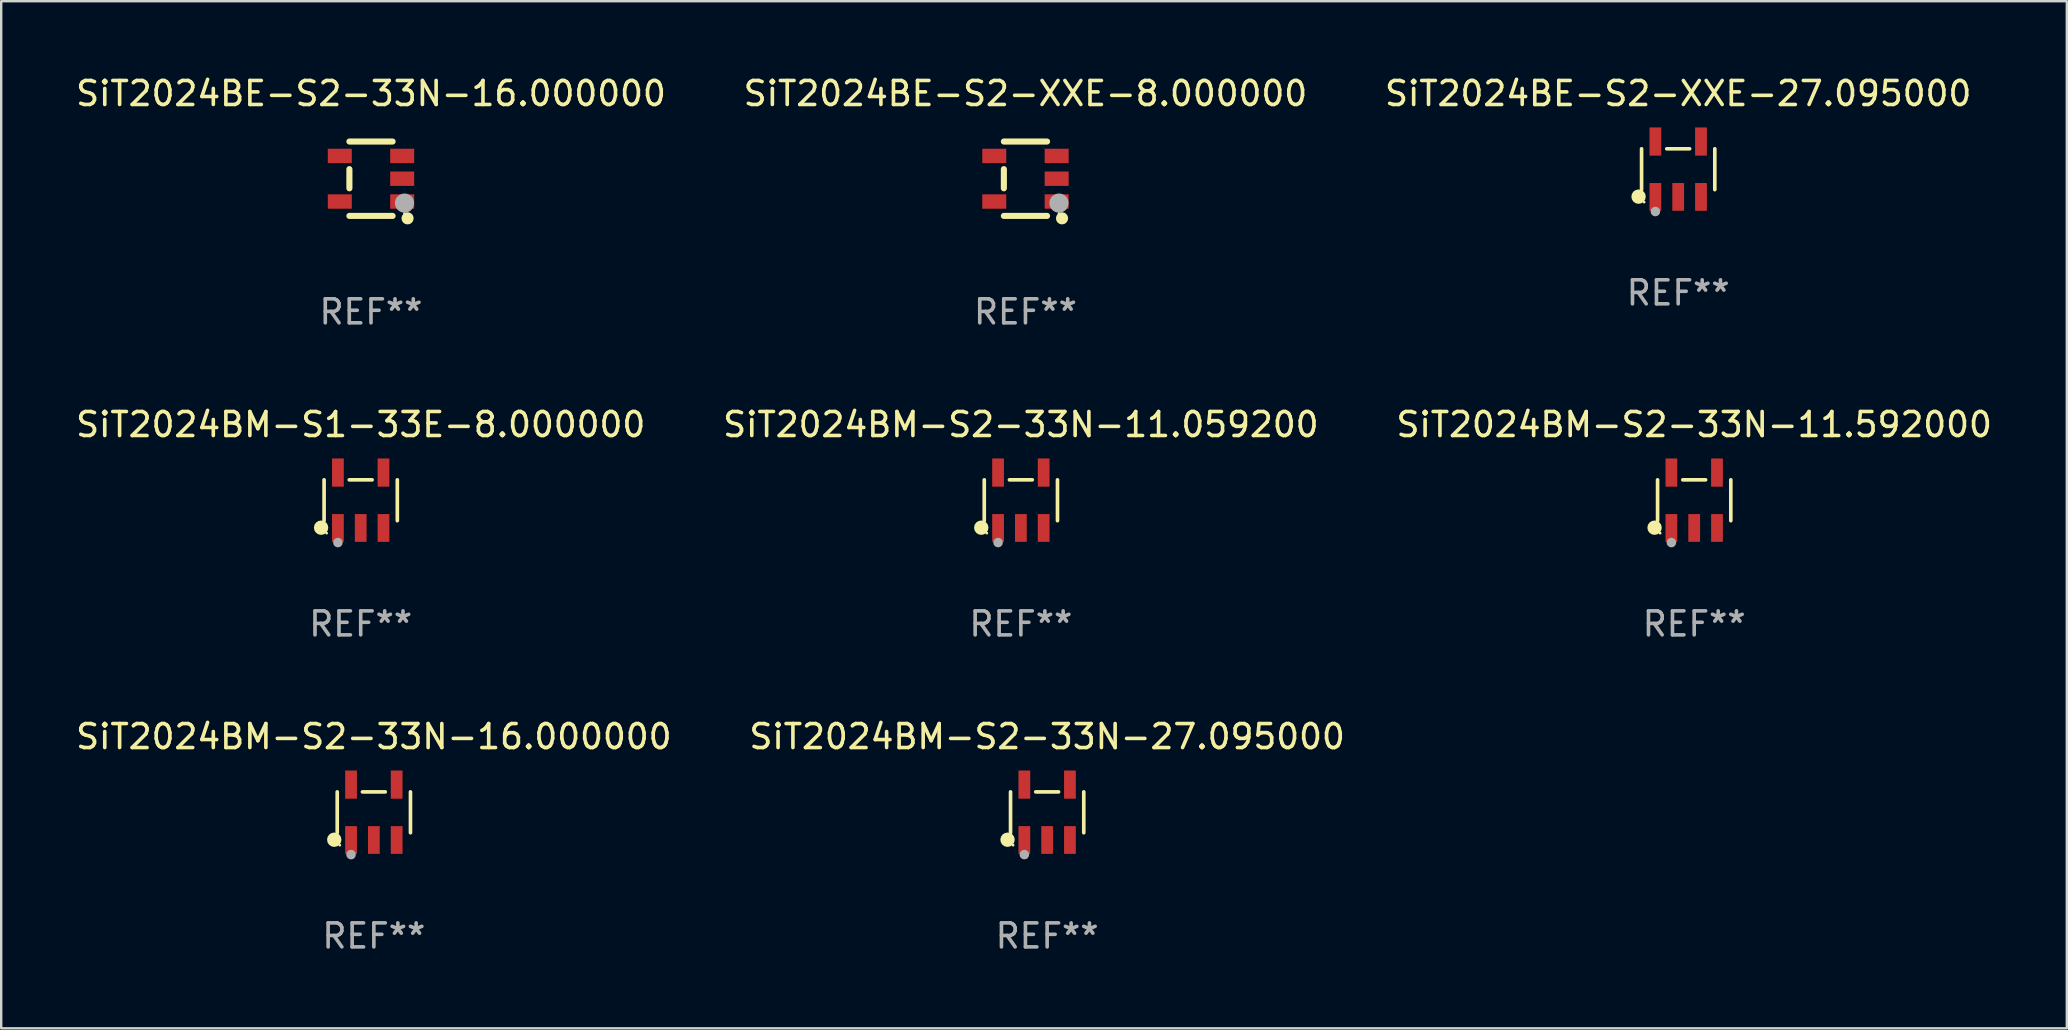
<source format=kicad_pcb>
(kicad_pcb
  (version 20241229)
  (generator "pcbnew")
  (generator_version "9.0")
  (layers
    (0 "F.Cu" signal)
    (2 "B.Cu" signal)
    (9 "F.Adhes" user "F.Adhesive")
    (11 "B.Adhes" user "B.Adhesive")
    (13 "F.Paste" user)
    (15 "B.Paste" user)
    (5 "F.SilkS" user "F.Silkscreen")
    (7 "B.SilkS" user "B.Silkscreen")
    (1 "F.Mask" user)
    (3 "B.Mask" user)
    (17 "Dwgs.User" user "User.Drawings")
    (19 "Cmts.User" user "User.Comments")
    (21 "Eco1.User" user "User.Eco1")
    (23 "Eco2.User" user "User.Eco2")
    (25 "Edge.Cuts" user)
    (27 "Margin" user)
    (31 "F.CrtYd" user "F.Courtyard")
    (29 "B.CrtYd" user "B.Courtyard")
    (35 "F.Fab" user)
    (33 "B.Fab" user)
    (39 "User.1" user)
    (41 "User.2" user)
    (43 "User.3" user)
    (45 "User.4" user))
  (footprint "SiT2024BE-S2-XXE-27.095000"
    (layer "F.Cu")
    (at 66.887 4.002)
    (property "Reference" "SiT2024BE-S2-XXE-27.095000" (at 0 -3.154 0) (layer "F.SilkS") (effects (font (size 1 1) (thickness 0.15))))
    (attr through_hole)
    (fp_line (start -1.526 0.851) (end -1.526 -0.851) (stroke (width 0.152) (type solid)) (layer "F.SilkS"))
    (fp_line (start 0.476 -0.851) (end -0.476 -0.851) (stroke (width 0.152) (type solid)) (layer "F.SilkS"))
    (fp_line (start 1.526 0.851) (end 1.526 -0.851) (stroke (width 0.152) (type solid)) (layer "F.SilkS"))
    (fp_circle (center -1.651 1.143) (end -1.501 1.143) (stroke (width 0.3) (type solid)) (fill no) (layer "F.SilkS"))
    (fp_circle (center -1.42 1.37) (end -1.39 1.37) (stroke (width 0.06) (type solid)) (fill no) (layer "F.SilkS"))
    (fp_circle (center -0.95 1.763) (end -0.85 1.763) (stroke (width 0.2) (type solid)) (fill no) (layer "F.Fab"))
    (fp_text user "REF**" (at 0 5.154 0) (layer "F.Fab") (effects (font (size 1 1) (thickness 0.15))))
    (pad "1" smd rect (at -0.95 1.154) (size 0.49 1.157) (layers "F.Cu" "F.Mask" "F.Paste"))
    (pad "2" smd rect (at 0 1.154) (size 0.49 1.157) (layers "F.Cu" "F.Mask" "F.Paste"))
    (pad "3" smd rect (at 0.95 1.154) (size 0.49 1.157) (layers "F.Cu" "F.Mask" "F.Paste"))
    (pad "4" smd rect (at 0.95 -1.154) (size 0.49 1.175) (layers "F.Cu" "F.Mask" "F.Paste"))
    (pad "5" smd rect (at -0.95 -1.154) (size 0.49 1.175) (layers "F.Cu" "F.Mask" "F.Paste")))
  (footprint "SiT2024BE-S2-33N-16.000000"
    (layer "F.Cu")
    (at 12.411 4.398)
    (property "Reference" "SiT2024BE-S2-33N-16.000000" (at 0 -3.55 0) (layer "F.SilkS") (effects (font (size 1 1) (thickness 0.15))))
    (attr through_hole)
    (fp_line (start -0.9 -1.55) (end 0.9 -1.55) (stroke (width 0.254) (type solid)) (layer "F.SilkS"))
    (fp_line (start -0.9 0.4) (end -0.9 -0.4) (stroke (width 0.254) (type solid)) (layer "F.SilkS"))
    (fp_line (start -0.9 1.55) (end 0.9 1.55) (stroke (width 0.254) (type solid)) (layer "F.SilkS"))
    (fp_circle (center 1.4 1.45) (end 1.43 1.45) (stroke (width 0.06) (type solid)) (fill no) (layer "F.SilkS"))
    (fp_circle (center 1.524 1.651) (end 1.651 1.651) (stroke (width 0.254) (type solid)) (fill no) (layer "F.SilkS"))
    (fp_circle (center 1.397 1.016) (end 1.597 1.016) (stroke (width 0.4) (type solid)) (fill no) (layer "F.Fab"))
    (fp_text user "REF**" (at 0 5.55 0) (layer "F.Fab") (effects (font (size 1 1) (thickness 0.15))))
    (pad "1" smd rect (at 1.3 0.95) (size 1 0.6) (layers "F.Cu" "F.Mask" "F.Paste"))
    (pad "2" smd rect (at 1.3 -0.000051) (size 1 0.6) (layers "F.Cu" "F.Mask" "F.Paste"))
    (pad "3" smd rect (at 1.3 -0.95) (size 1 0.6) (layers "F.Cu" "F.Mask" "F.Paste"))
    (pad "4" smd rect (at -1.3 -0.95) (size 1 0.6) (layers "F.Cu" "F.Mask" "F.Paste"))
    (pad "5" smd rect (at -1.3 0.95) (size 1 0.6) (layers "F.Cu" "F.Mask" "F.Paste")))
  (footprint "SiT2024BM-S2-33N-11.592000"
    (layer "F.Cu")
    (at 67.554 17.798)
    (property "Reference" "SiT2024BM-S2-33N-11.592000" (at 0 -3.154 0) (layer "F.SilkS") (effects (font (size 1 1) (thickness 0.15))))
    (attr through_hole)
    (fp_line (start -1.526 0.851) (end -1.526 -0.851) (stroke (width 0.152) (type solid)) (layer "F.SilkS"))
    (fp_line (start 0.476 -0.851) (end -0.476 -0.851) (stroke (width 0.152) (type solid)) (layer "F.SilkS"))
    (fp_line (start 1.526 0.851) (end 1.526 -0.851) (stroke (width 0.152) (type solid)) (layer "F.SilkS"))
    (fp_circle (center -1.651 1.143) (end -1.501 1.143) (stroke (width 0.3) (type solid)) (fill no) (layer "F.SilkS"))
    (fp_circle (center -1.42 1.37) (end -1.39 1.37) (stroke (width 0.06) (type solid)) (fill no) (layer "F.SilkS"))
    (fp_circle (center -0.95 1.763) (end -0.85 1.763) (stroke (width 0.2) (type solid)) (fill no) (layer "F.Fab"))
    (fp_text user "REF**" (at 0 5.154 0) (layer "F.Fab") (effects (font (size 1 1) (thickness 0.15))))
    (pad "1" smd rect (at -0.95 1.154) (size 0.49 1.157) (layers "F.Cu" "F.Mask" "F.Paste"))
    (pad "2" smd rect (at 0 1.154) (size 0.49 1.157) (layers "F.Cu" "F.Mask" "F.Paste"))
    (pad "3" smd rect (at 0.95 1.154) (size 0.49 1.157) (layers "F.Cu" "F.Mask" "F.Paste"))
    (pad "4" smd rect (at 0.95 -1.154) (size 0.49 1.175) (layers "F.Cu" "F.Mask" "F.Paste"))
    (pad "5" smd rect (at -0.95 -1.154) (size 0.49 1.175) (layers "F.Cu" "F.Mask" "F.Paste")))
  (footprint "SiT2024BM-S2-33N-16.000000"
    (layer "F.Cu")
    (at 12.53 30.802)
    (property "Reference" "SiT2024BM-S2-33N-16.000000" (at 0 -3.154 0) (layer "F.SilkS") (effects (font (size 1 1) (thickness 0.15))))
    (attr through_hole)
    (fp_line (start -1.526 0.851) (end -1.526 -0.851) (stroke (width 0.152) (type solid)) (layer "F.SilkS"))
    (fp_line (start 0.476 -0.851) (end -0.476 -0.851) (stroke (width 0.152) (type solid)) (layer "F.SilkS"))
    (fp_line (start 1.526 0.851) (end 1.526 -0.851) (stroke (width 0.152) (type solid)) (layer "F.SilkS"))
    (fp_circle (center -1.651 1.143) (end -1.501 1.143) (stroke (width 0.3) (type solid)) (fill no) (layer "F.SilkS"))
    (fp_circle (center -1.42 1.37) (end -1.39 1.37) (stroke (width 0.06) (type solid)) (fill no) (layer "F.SilkS"))
    (fp_circle (center -0.95 1.763) (end -0.85 1.763) (stroke (width 0.2) (type solid)) (fill no) (layer "F.Fab"))
    (fp_text user "REF**" (at 0 5.154 0) (layer "F.Fab") (effects (font (size 1 1) (thickness 0.15))))
    (pad "1" smd rect (at -0.95 1.154) (size 0.49 1.157) (layers "F.Cu" "F.Mask" "F.Paste"))
    (pad "2" smd rect (at 0 1.154) (size 0.49 1.157) (layers "F.Cu" "F.Mask" "F.Paste"))
    (pad "3" smd rect (at 0.95 1.154) (size 0.49 1.157) (layers "F.Cu" "F.Mask" "F.Paste"))
    (pad "4" smd rect (at 0.95 -1.154) (size 0.49 1.175) (layers "F.Cu" "F.Mask" "F.Paste"))
    (pad "5" smd rect (at -0.95 -1.154) (size 0.49 1.175) (layers "F.Cu" "F.Mask" "F.Paste")))
  (footprint "SiT2024BM-S1-33E-8.000000"
    (layer "F.Cu")
    (at 11.982 17.798)
    (property "Reference" "SiT2024BM-S1-33E-8.000000" (at 0 -3.154 0) (layer "F.SilkS") (effects (font (size 1 1) (thickness 0.15))))
    (attr through_hole)
    (fp_line (start -1.526 0.851) (end -1.526 -0.851) (stroke (width 0.152) (type solid)) (layer "F.SilkS"))
    (fp_line (start 0.476 -0.851) (end -0.476 -0.851) (stroke (width 0.152) (type solid)) (layer "F.SilkS"))
    (fp_line (start 1.526 0.851) (end 1.526 -0.851) (stroke (width 0.152) (type solid)) (layer "F.SilkS"))
    (fp_circle (center -1.651 1.143) (end -1.501 1.143) (stroke (width 0.3) (type solid)) (fill no) (layer "F.SilkS"))
    (fp_circle (center -1.42 1.37) (end -1.39 1.37) (stroke (width 0.06) (type solid)) (fill no) (layer "F.SilkS"))
    (fp_circle (center -0.95 1.763) (end -0.85 1.763) (stroke (width 0.2) (type solid)) (fill no) (layer "F.Fab"))
    (fp_text user "REF**" (at 0 5.154 0) (layer "F.Fab") (effects (font (size 1 1) (thickness 0.15))))
    (pad "1" smd rect (at -0.95 1.154) (size 0.49 1.157) (layers "F.Cu" "F.Mask" "F.Paste"))
    (pad "2" smd rect (at 0 1.154) (size 0.49 1.157) (layers "F.Cu" "F.Mask" "F.Paste"))
    (pad "3" smd rect (at 0.95 1.154) (size 0.49 1.157) (layers "F.Cu" "F.Mask" "F.Paste"))
    (pad "4" smd rect (at 0.95 -1.154) (size 0.49 1.175) (layers "F.Cu" "F.Mask" "F.Paste"))
    (pad "5" smd rect (at -0.95 -1.154) (size 0.49 1.175) (layers "F.Cu" "F.Mask" "F.Paste")))
  (footprint "SiT2024BE-S2-XXE-8.000000"
    (layer "F.Cu")
    (at 39.685 4.398)
    (property "Reference" "SiT2024BE-S2-XXE-8.000000" (at 0 -3.55 0) (layer "F.SilkS") (effects (font (size 1 1) (thickness 0.15))))
    (attr through_hole)
    (fp_line (start -0.9 -1.55) (end 0.9 -1.55) (stroke (width 0.254) (type solid)) (layer "F.SilkS"))
    (fp_line (start -0.9 0.4) (end -0.9 -0.4) (stroke (width 0.254) (type solid)) (layer "F.SilkS"))
    (fp_line (start -0.9 1.55) (end 0.9 1.55) (stroke (width 0.254) (type solid)) (layer "F.SilkS"))
    (fp_circle (center 1.4 1.45) (end 1.43 1.45) (stroke (width 0.06) (type solid)) (fill no) (layer "F.SilkS"))
    (fp_circle (center 1.524 1.651) (end 1.651 1.651) (stroke (width 0.254) (type solid)) (fill no) (layer "F.SilkS"))
    (fp_circle (center 1.397 1.016) (end 1.597 1.016) (stroke (width 0.4) (type solid)) (fill no) (layer "F.Fab"))
    (fp_text user "REF**" (at 0 5.55 0) (layer "F.Fab") (effects (font (size 1 1) (thickness 0.15))))
    (pad "1" smd rect (at 1.3 0.95) (size 1 0.6) (layers "F.Cu" "F.Mask" "F.Paste"))
    (pad "2" smd rect (at 1.3 -0.000051) (size 1 0.6) (layers "F.Cu" "F.Mask" "F.Paste"))
    (pad "3" smd rect (at 1.3 -0.95) (size 1 0.6) (layers "F.Cu" "F.Mask" "F.Paste"))
    (pad "4" smd rect (at -1.3 -0.95) (size 1 0.6) (layers "F.Cu" "F.Mask" "F.Paste"))
    (pad "5" smd rect (at -1.3 0.95) (size 1 0.6) (layers "F.Cu" "F.Mask" "F.Paste")))
  (footprint "SiT2024BM-S2-33N-11.059200"
    (layer "F.Cu")
    (at 39.494 17.798)
    (property "Reference" "SiT2024BM-S2-33N-11.059200" (at 0 -3.154 0) (layer "F.SilkS") (effects (font (size 1 1) (thickness 0.15))))
    (attr through_hole)
    (fp_line (start -1.526 0.851) (end -1.526 -0.851) (stroke (width 0.152) (type solid)) (layer "F.SilkS"))
    (fp_line (start 0.476 -0.851) (end -0.476 -0.851) (stroke (width 0.152) (type solid)) (layer "F.SilkS"))
    (fp_line (start 1.526 0.851) (end 1.526 -0.851) (stroke (width 0.152) (type solid)) (layer "F.SilkS"))
    (fp_circle (center -1.651 1.143) (end -1.501 1.143) (stroke (width 0.3) (type solid)) (fill no) (layer "F.SilkS"))
    (fp_circle (center -1.42 1.37) (end -1.39 1.37) (stroke (width 0.06) (type solid)) (fill no) (layer "F.SilkS"))
    (fp_circle (center -0.95 1.763) (end -0.85 1.763) (stroke (width 0.2) (type solid)) (fill no) (layer "F.Fab"))
    (fp_text user "REF**" (at 0 5.154 0) (layer "F.Fab") (effects (font (size 1 1) (thickness 0.15))))
    (pad "1" smd rect (at -0.95 1.154) (size 0.49 1.157) (layers "F.Cu" "F.Mask" "F.Paste"))
    (pad "2" smd rect (at 0 1.154) (size 0.49 1.157) (layers "F.Cu" "F.Mask" "F.Paste"))
    (pad "3" smd rect (at 0.95 1.154) (size 0.49 1.157) (layers "F.Cu" "F.Mask" "F.Paste"))
    (pad "4" smd rect (at 0.95 -1.154) (size 0.49 1.175) (layers "F.Cu" "F.Mask" "F.Paste"))
    (pad "5" smd rect (at -0.95 -1.154) (size 0.49 1.175) (layers "F.Cu" "F.Mask" "F.Paste")))
  (footprint "SiT2024BM-S2-33N-27.095000"
    (layer "F.Cu")
    (at 40.589 30.802)
    (property "Reference" "SiT2024BM-S2-33N-27.095000" (at 0 -3.154 0) (layer "F.SilkS") (effects (font (size 1 1) (thickness 0.15))))
    (attr through_hole)
    (fp_line (start -1.526 0.851) (end -1.526 -0.851) (stroke (width 0.152) (type solid)) (layer "F.SilkS"))
    (fp_line (start 0.476 -0.851) (end -0.476 -0.851) (stroke (width 0.152) (type solid)) (layer "F.SilkS"))
    (fp_line (start 1.526 0.851) (end 1.526 -0.851) (stroke (width 0.152) (type solid)) (layer "F.SilkS"))
    (fp_circle (center -1.651 1.143) (end -1.501 1.143) (stroke (width 0.3) (type solid)) (fill no) (layer "F.SilkS"))
    (fp_circle (center -1.42 1.37) (end -1.39 1.37) (stroke (width 0.06) (type solid)) (fill no) (layer "F.SilkS"))
    (fp_circle (center -0.95 1.763) (end -0.85 1.763) (stroke (width 0.2) (type solid)) (fill no) (layer "F.Fab"))
    (fp_text user "REF**" (at 0 5.154 0) (layer "F.Fab") (effects (font (size 1 1) (thickness 0.15))))
    (pad "1" smd rect (at -0.95 1.154) (size 0.49 1.157) (layers "F.Cu" "F.Mask" "F.Paste"))
    (pad "2" smd rect (at 0 1.154) (size 0.49 1.157) (layers "F.Cu" "F.Mask" "F.Paste"))
    (pad "3" smd rect (at 0.95 1.154) (size 0.49 1.157) (layers "F.Cu" "F.Mask" "F.Paste"))
    (pad "4" smd rect (at 0.95 -1.154) (size 0.49 1.175) (layers "F.Cu" "F.Mask" "F.Paste"))
    (pad "5" smd rect (at -0.95 -1.154) (size 0.49 1.175) (layers "F.Cu" "F.Mask" "F.Paste")))
  (gr_rect
    (start -3 -3)
    (end 83.083 39.804)
    (stroke (width 0.1) (type default))
    (fill no)
    (layer "Edge.Cuts")))
</source>
